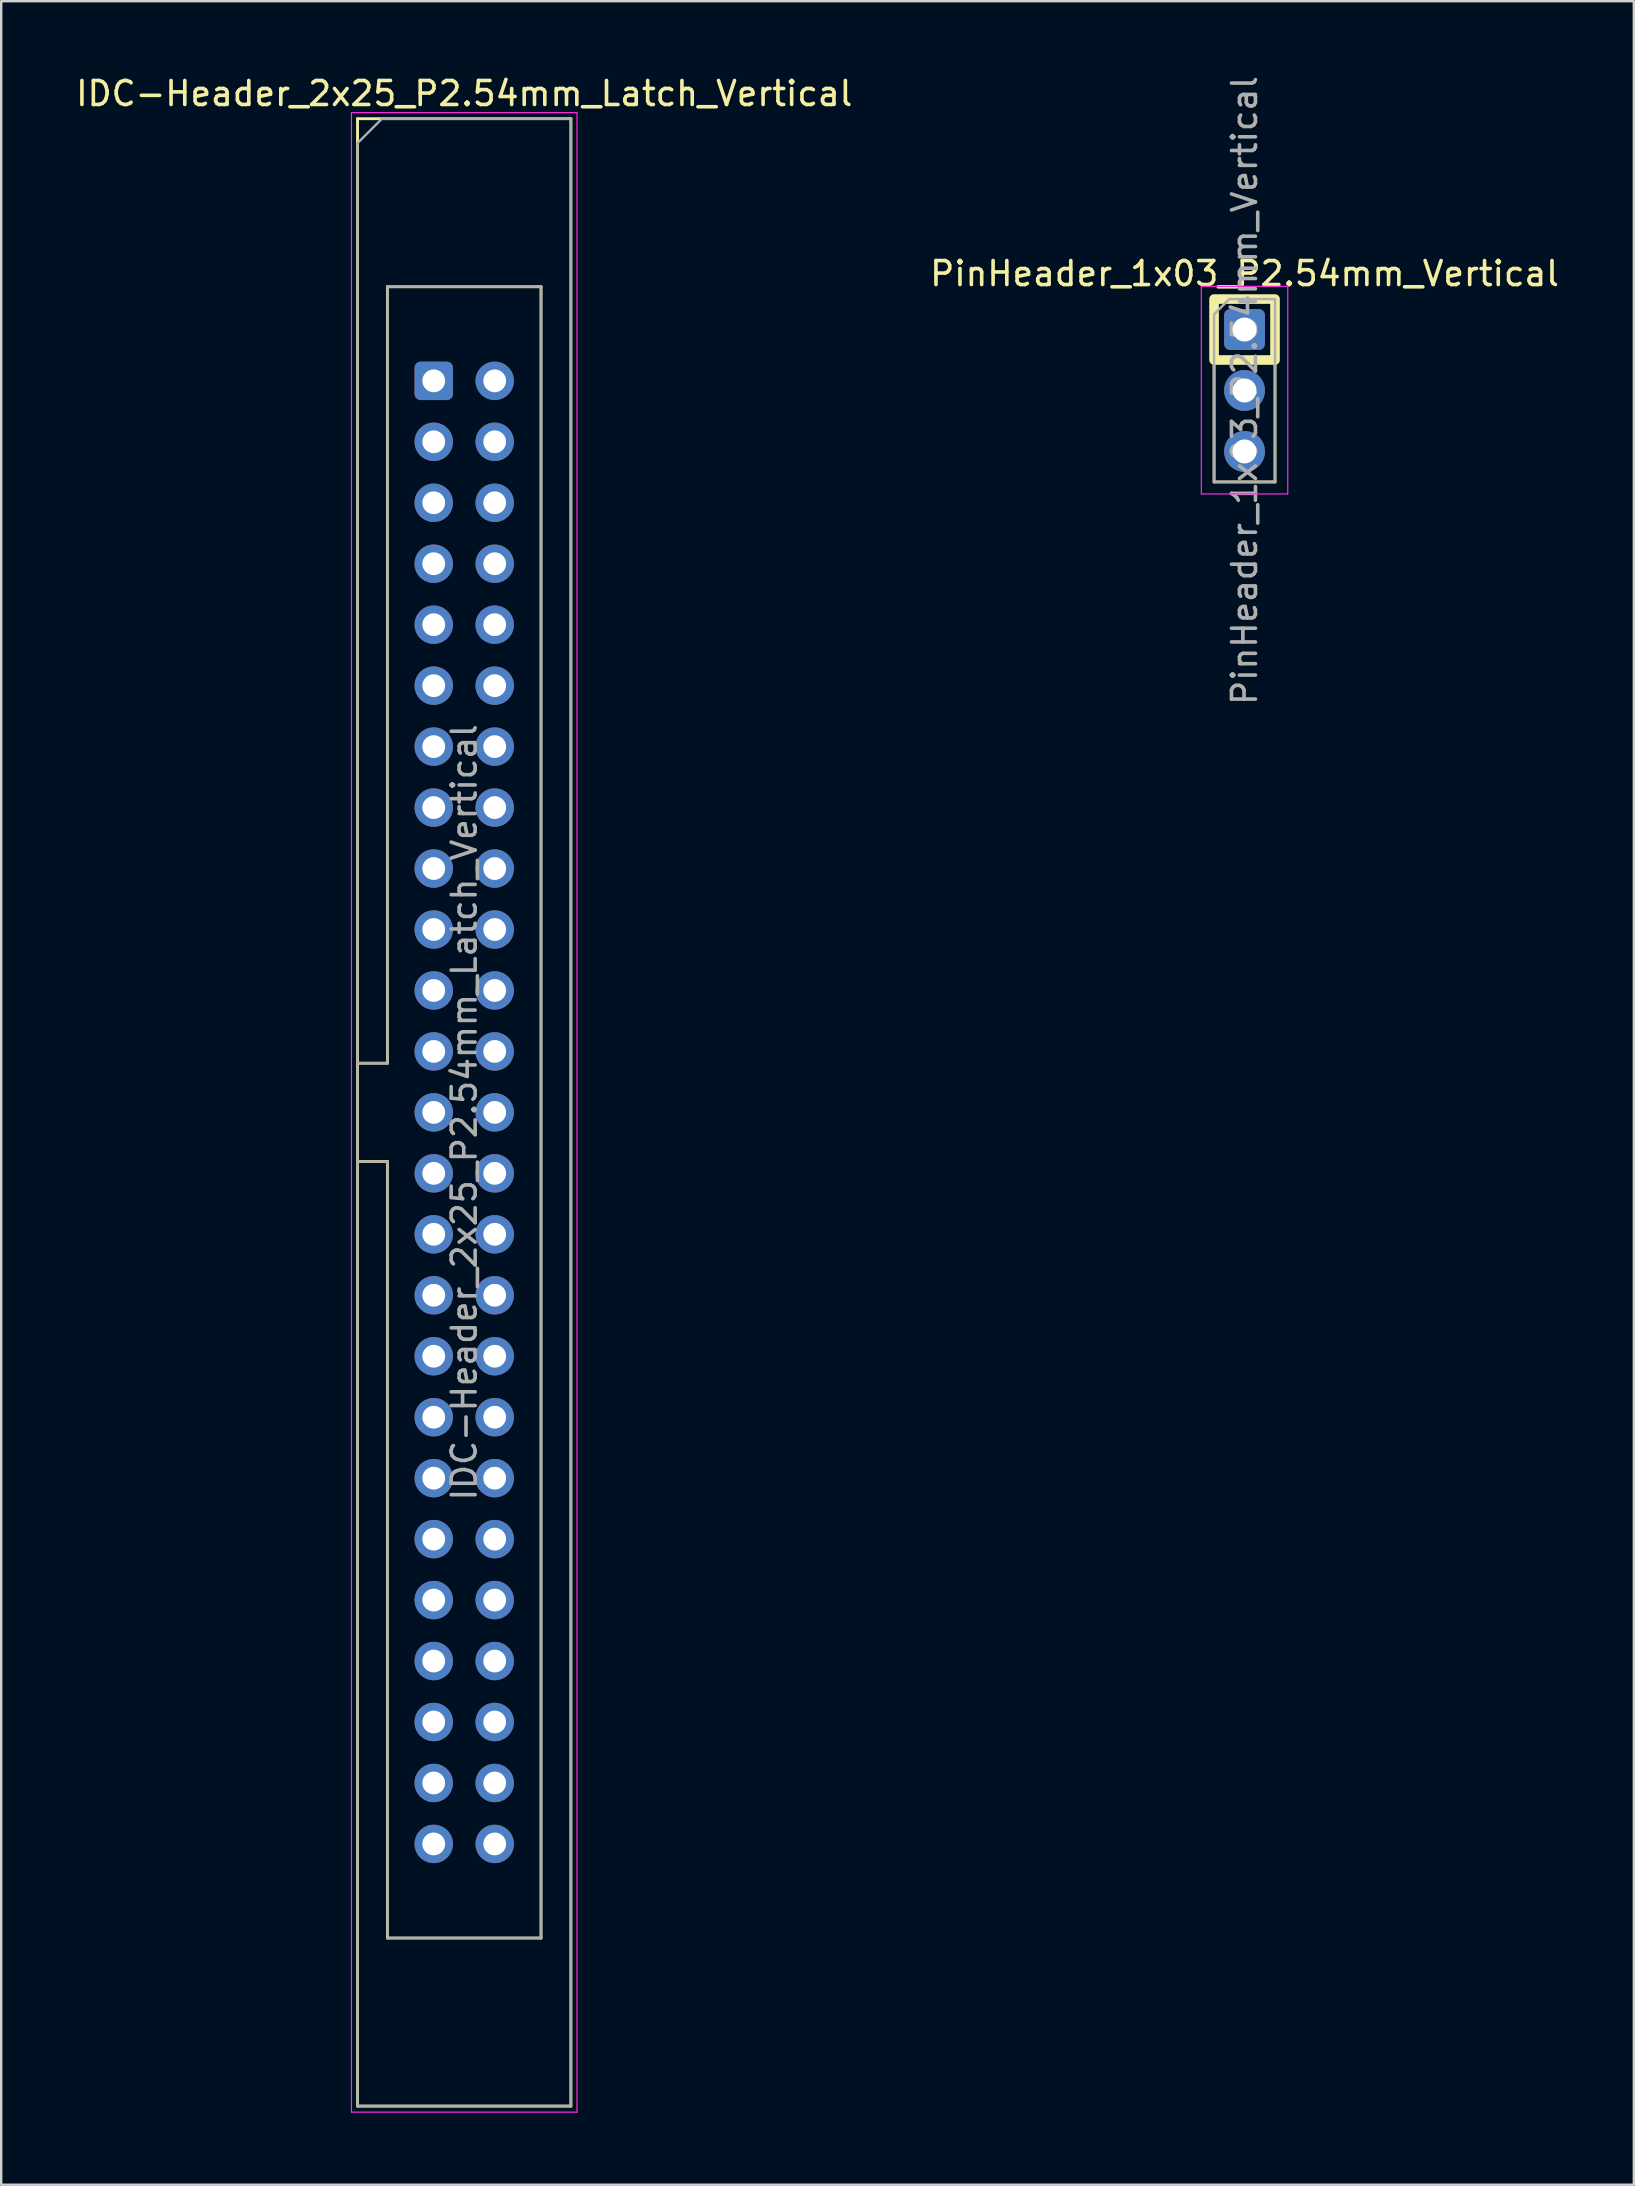
<source format=kicad_pcb>
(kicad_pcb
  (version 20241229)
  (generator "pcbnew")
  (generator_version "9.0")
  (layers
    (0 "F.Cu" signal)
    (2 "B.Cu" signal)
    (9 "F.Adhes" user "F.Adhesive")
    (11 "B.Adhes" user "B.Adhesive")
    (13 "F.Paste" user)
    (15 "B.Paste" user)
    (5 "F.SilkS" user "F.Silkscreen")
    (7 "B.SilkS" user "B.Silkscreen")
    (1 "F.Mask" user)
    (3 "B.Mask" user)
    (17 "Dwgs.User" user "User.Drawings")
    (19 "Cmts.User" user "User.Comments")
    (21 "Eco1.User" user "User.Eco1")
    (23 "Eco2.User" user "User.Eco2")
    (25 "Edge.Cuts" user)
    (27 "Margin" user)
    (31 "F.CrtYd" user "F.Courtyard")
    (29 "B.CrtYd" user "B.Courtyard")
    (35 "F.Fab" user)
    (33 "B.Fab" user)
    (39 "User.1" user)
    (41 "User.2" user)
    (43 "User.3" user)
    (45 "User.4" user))
  (footprint "IDC-Header_2x25_P2.54mm_Latch_Vertical"
    (layer "F.Cu")
    (at 15.022 12.818)
    (property "Reference" "IDC-Header_2x25_P2.54mm_Latch_Vertical" (at 1.27 -11.97 0) (layer "F.SilkS") (effects (font (size 1 1) (thickness 0.15))))
    (attr through_hole)
    (fp_line (start -3.175 -10.922) (end 5.715 -10.922) (stroke (width 0.12) (type solid)) (layer "F.SilkS"))
    (fp_line (start -3.175 28.43) (end -1.93 28.43) (stroke (width 0.12) (type solid)) (layer "F.SilkS"))
    (fp_line (start -3.175 71.882) (end -3.175 -10.922) (stroke (width 0.12) (type solid)) (layer "F.SilkS"))
    (fp_line (start -1.93 -3.92) (end 4.47 -3.92) (stroke (width 0.12) (type solid)) (layer "F.SilkS"))
    (fp_line (start -1.93 28.43) (end -1.93 -3.92) (stroke (width 0.12) (type solid)) (layer "F.SilkS"))
    (fp_line (start -1.93 32.53) (end -3.175 32.53) (stroke (width 0.12) (type solid)) (layer "F.SilkS"))
    (fp_line (start -1.93 32.53) (end -1.93 32.53) (stroke (width 0.12) (type solid)) (layer "F.SilkS"))
    (fp_line (start -1.93 64.88) (end -1.93 32.53) (stroke (width 0.12) (type solid)) (layer "F.SilkS"))
    (fp_line (start 4.47 -3.92) (end 4.47 64.88) (stroke (width 0.12) (type solid)) (layer "F.SilkS"))
    (fp_line (start 4.47 64.88) (end -1.93 64.88) (stroke (width 0.12) (type solid)) (layer "F.SilkS"))
    (fp_line (start 5.715 -10.922) (end 5.715 71.882) (stroke (width 0.12) (type solid)) (layer "F.SilkS"))
    (fp_line (start 5.715 71.882) (end -3.175 71.882) (stroke (width 0.12) (type solid)) (layer "F.SilkS"))
    (fp_line (start -3.429 -11.176) (end -3.429 72.136) (stroke (width 0.05) (type solid)) (layer "F.CrtYd"))
    (fp_line (start -3.429 72.136) (end 5.969 72.136) (stroke (width 0.05) (type solid)) (layer "F.CrtYd"))
    (fp_line (start 5.969 -11.176) (end -3.429 -11.176) (stroke (width 0.05) (type solid)) (layer "F.CrtYd"))
    (fp_line (start 5.969 72.136) (end 5.969 -11.176) (stroke (width 0.05) (type solid)) (layer "F.CrtYd"))
    (fp_line (start -3.175 -9.906) (end -2.159 -10.922) (stroke (width 0.1) (type default)) (layer "F.Fab"))
    (fp_line (start -3.175 28.43) (end -1.93 28.43) (stroke (width 0.1) (type solid)) (layer "F.Fab"))
    (fp_line (start -3.175 71.882) (end -3.175 -9.906) (stroke (width 0.1) (type solid)) (layer "F.Fab"))
    (fp_line (start -2.159 -10.922) (end 5.715 -10.922) (stroke (width 0.1) (type solid)) (layer "F.Fab"))
    (fp_line (start -1.93 -3.92) (end 4.47 -3.92) (stroke (width 0.1) (type solid)) (layer "F.Fab"))
    (fp_line (start -1.93 28.43) (end -1.93 -3.92) (stroke (width 0.1) (type solid)) (layer "F.Fab"))
    (fp_line (start -1.93 32.53) (end -3.175 32.53) (stroke (width 0.1) (type solid)) (layer "F.Fab"))
    (fp_line (start -1.93 32.53) (end -1.93 32.53) (stroke (width 0.1) (type solid)) (layer "F.Fab"))
    (fp_line (start -1.93 64.88) (end -1.93 32.53) (stroke (width 0.1) (type solid)) (layer "F.Fab"))
    (fp_line (start 4.47 -3.92) (end 4.47 64.88) (stroke (width 0.1) (type solid)) (layer "F.Fab"))
    (fp_line (start 4.47 64.88) (end -1.93 64.88) (stroke (width 0.1) (type solid)) (layer "F.Fab"))
    (fp_line (start 5.715 -10.922) (end 5.715 71.882) (stroke (width 0.1) (type solid)) (layer "F.Fab"))
    (fp_line (start 5.715 71.882) (end -3.175 71.882) (stroke (width 0.1) (type solid)) (layer "F.Fab"))
    (fp_text user "${REFERENCE}" (at 1.27 30.48 90) (layer "F.Fab") (effects (font (size 1 1) (thickness 0.15))))
    (pad "1" thru_hole roundrect (at 0 0) (size 1.6 1.6) (drill 0.95) (layers "*.Cu" "*.Mask") (roundrect_rratio 0.156))
    (pad "2" thru_hole circle (at 2.54 0) (size 1.6 1.6) (drill 0.95) (layers "*.Cu" "*.Mask"))
    (pad "3" thru_hole circle (at 0 2.54) (size 1.6 1.6) (drill 0.95) (layers "*.Cu" "*.Mask"))
    (pad "4" thru_hole circle (at 2.54 2.54) (size 1.6 1.6) (drill 0.95) (layers "*.Cu" "*.Mask"))
    (pad "5" thru_hole circle (at 0 5.08) (size 1.6 1.6) (drill 0.95) (layers "*.Cu" "*.Mask"))
    (pad "6" thru_hole circle (at 2.54 5.08) (size 1.6 1.6) (drill 0.95) (layers "*.Cu" "*.Mask"))
    (pad "7" thru_hole circle (at 0 7.62) (size 1.6 1.6) (drill 0.95) (layers "*.Cu" "*.Mask"))
    (pad "8" thru_hole circle (at 2.54 7.62) (size 1.6 1.6) (drill 0.95) (layers "*.Cu" "*.Mask"))
    (pad "9" thru_hole circle (at 0 10.16) (size 1.6 1.6) (drill 0.95) (layers "*.Cu" "*.Mask"))
    (pad "10" thru_hole circle (at 2.54 10.16) (size 1.6 1.6) (drill 0.95) (layers "*.Cu" "*.Mask"))
    (pad "11" thru_hole circle (at 0 12.7) (size 1.6 1.6) (drill 0.95) (layers "*.Cu" "*.Mask"))
    (pad "12" thru_hole circle (at 2.54 12.7) (size 1.6 1.6) (drill 0.95) (layers "*.Cu" "*.Mask"))
    (pad "13" thru_hole circle (at 0 15.24) (size 1.6 1.6) (drill 0.95) (layers "*.Cu" "*.Mask"))
    (pad "14" thru_hole circle (at 2.54 15.24) (size 1.6 1.6) (drill 0.95) (layers "*.Cu" "*.Mask"))
    (pad "15" thru_hole circle (at 0 17.78) (size 1.6 1.6) (drill 0.95) (layers "*.Cu" "*.Mask"))
    (pad "16" thru_hole circle (at 2.54 17.78) (size 1.6 1.6) (drill 0.95) (layers "*.Cu" "*.Mask"))
    (pad "17" thru_hole circle (at 0 20.32) (size 1.6 1.6) (drill 0.95) (layers "*.Cu" "*.Mask"))
    (pad "18" thru_hole circle (at 2.54 20.32) (size 1.6 1.6) (drill 0.95) (layers "*.Cu" "*.Mask"))
    (pad "19" thru_hole circle (at 0 22.86) (size 1.6 1.6) (drill 0.95) (layers "*.Cu" "*.Mask"))
    (pad "20" thru_hole circle (at 2.54 22.86) (size 1.6 1.6) (drill 0.95) (layers "*.Cu" "*.Mask"))
    (pad "21" thru_hole circle (at 0 25.4) (size 1.6 1.6) (drill 0.95) (layers "*.Cu" "*.Mask"))
    (pad "22" thru_hole circle (at 2.54 25.4) (size 1.6 1.6) (drill 0.95) (layers "*.Cu" "*.Mask"))
    (pad "23" thru_hole circle (at 0 27.94) (size 1.6 1.6) (drill 0.95) (layers "*.Cu" "*.Mask"))
    (pad "24" thru_hole circle (at 2.54 27.94) (size 1.6 1.6) (drill 0.95) (layers "*.Cu" "*.Mask"))
    (pad "25" thru_hole circle (at 0 30.48) (size 1.6 1.6) (drill 0.95) (layers "*.Cu" "*.Mask"))
    (pad "26" thru_hole circle (at 2.54 30.48) (size 1.6 1.6) (drill 0.95) (layers "*.Cu" "*.Mask"))
    (pad "27" thru_hole circle (at 0 33.02) (size 1.6 1.6) (drill 0.95) (layers "*.Cu" "*.Mask"))
    (pad "28" thru_hole circle (at 2.54 33.02) (size 1.6 1.6) (drill 0.95) (layers "*.Cu" "*.Mask"))
    (pad "29" thru_hole circle (at 0 35.56) (size 1.6 1.6) (drill 0.95) (layers "*.Cu" "*.Mask"))
    (pad "30" thru_hole circle (at 2.54 35.56) (size 1.6 1.6) (drill 0.95) (layers "*.Cu" "*.Mask"))
    (pad "31" thru_hole circle (at 0 38.1) (size 1.6 1.6) (drill 0.95) (layers "*.Cu" "*.Mask"))
    (pad "32" thru_hole circle (at 2.54 38.1) (size 1.6 1.6) (drill 0.95) (layers "*.Cu" "*.Mask"))
    (pad "33" thru_hole circle (at 0 40.64) (size 1.6 1.6) (drill 0.95) (layers "*.Cu" "*.Mask"))
    (pad "34" thru_hole circle (at 2.54 40.64) (size 1.6 1.6) (drill 0.95) (layers "*.Cu" "*.Mask"))
    (pad "35" thru_hole circle (at 0 43.18) (size 1.6 1.6) (drill 0.95) (layers "*.Cu" "*.Mask"))
    (pad "36" thru_hole circle (at 2.54 43.18) (size 1.6 1.6) (drill 0.95) (layers "*.Cu" "*.Mask"))
    (pad "37" thru_hole circle (at 0 45.72) (size 1.6 1.6) (drill 0.95) (layers "*.Cu" "*.Mask"))
    (pad "38" thru_hole circle (at 2.54 45.72) (size 1.6 1.6) (drill 0.95) (layers "*.Cu" "*.Mask"))
    (pad "39" thru_hole circle (at 0 48.26) (size 1.6 1.6) (drill 0.95) (layers "*.Cu" "*.Mask"))
    (pad "40" thru_hole circle (at 2.54 48.26) (size 1.6 1.6) (drill 0.95) (layers "*.Cu" "*.Mask"))
    (pad "41" thru_hole circle (at 0 50.8) (size 1.6 1.6) (drill 0.95) (layers "*.Cu" "*.Mask"))
    (pad "42" thru_hole circle (at 2.54 50.8) (size 1.6 1.6) (drill 0.95) (layers "*.Cu" "*.Mask"))
    (pad "43" thru_hole circle (at 0 53.34) (size 1.6 1.6) (drill 0.95) (layers "*.Cu" "*.Mask"))
    (pad "44" thru_hole circle (at 2.54 53.34) (size 1.6 1.6) (drill 0.95) (layers "*.Cu" "*.Mask"))
    (pad "45" thru_hole circle (at 0 55.88) (size 1.6 1.6) (drill 0.95) (layers "*.Cu" "*.Mask"))
    (pad "46" thru_hole circle (at 2.54 55.88) (size 1.6 1.6) (drill 0.95) (layers "*.Cu" "*.Mask"))
    (pad "47" thru_hole circle (at 0 58.42) (size 1.6 1.6) (drill 0.95) (layers "*.Cu" "*.Mask"))
    (pad "48" thru_hole circle (at 2.54 58.42) (size 1.6 1.6) (drill 0.95) (layers "*.Cu" "*.Mask"))
    (pad "49" thru_hole circle (at 0 60.96) (size 1.6 1.6) (drill 0.95) (layers "*.Cu" "*.Mask"))
    (pad "50" thru_hole circle (at 2.54 60.96) (size 1.6 1.6) (drill 0.95) (layers "*.Cu" "*.Mask")))
  (footprint "PinHeader_1x03_P2.54mm_Vertical"
    (layer "F.Cu")
    (at 48.804 10.68)
    (property "Reference" "PinHeader_1x03_P2.54mm_Vertical" (at 0 -2.33 0) (layer "F.SilkS") (effects (font (size 1 1) (thickness 0.15))))
    (attr through_hole)
    (fp_line (start -1.27 -1.27) (end -1.27 6.35) (stroke (width 0.12) (type solid)) (layer "F.SilkS"))
    (fp_line (start -1.27 -1.27) (end 1.27 -1.27) (stroke (width 0.12) (type solid)) (layer "F.SilkS"))
    (fp_line (start -1.27 6.35) (end 1.27 6.35) (stroke (width 0.12) (type solid)) (layer "F.SilkS"))
    (fp_line (start 1.27 -1.27) (end 1.27 6.35) (stroke (width 0.12) (type solid)) (layer "F.SilkS"))
    (fp_rect (start -1.27 -1.27) (end 1.27 1.27) (stroke (width 0.4) (type default)) (fill no) (layer "F.SilkS"))
    (fp_line (start -1.8 -1.8) (end -1.8 6.85) (stroke (width 0.05) (type solid)) (layer "F.CrtYd"))
    (fp_line (start -1.8 6.85) (end 1.8 6.85) (stroke (width 0.05) (type solid)) (layer "F.CrtYd"))
    (fp_line (start 1.8 -1.8) (end -1.8 -1.8) (stroke (width 0.05) (type solid)) (layer "F.CrtYd"))
    (fp_line (start 1.8 6.85) (end 1.8 -1.8) (stroke (width 0.05) (type solid)) (layer "F.CrtYd"))
    (fp_line (start -1.27 -0.635) (end -0.635 -1.27) (stroke (width 0.1) (type solid)) (layer "F.Fab"))
    (fp_line (start -1.27 6.35) (end -1.27 -0.635) (stroke (width 0.1) (type solid)) (layer "F.Fab"))
    (fp_line (start -0.635 -1.27) (end 1.27 -1.27) (stroke (width 0.1) (type solid)) (layer "F.Fab"))
    (fp_line (start 1.27 -1.27) (end 1.27 6.35) (stroke (width 0.1) (type solid)) (layer "F.Fab"))
    (fp_line (start 1.27 6.35) (end -1.27 6.35) (stroke (width 0.1) (type solid)) (layer "F.Fab"))
    (fp_text user "${REFERENCE}" (at 0 2.54 90) (layer "F.Fab") (effects (font (size 1 1) (thickness 0.15))))
    (pad "1" thru_hole roundrect (at 0 0) (size 1.7 1.7) (drill 1) (layers "*.Cu" "*.Mask") (roundrect_rratio 0.147))
    (pad "2" thru_hole oval (at 0 2.54) (size 1.7 1.7) (drill 1) (layers "*.Cu" "*.Mask"))
    (pad "3" thru_hole oval (at 0 5.08) (size 1.7 1.7) (drill 1) (layers "*.Cu" "*.Mask")))
  (gr_rect
    (start -3 -3)
    (end 65.024 87.979)
    (stroke (width 0.1) (type default))
    (fill no)
    (layer "Edge.Cuts")))
</source>
